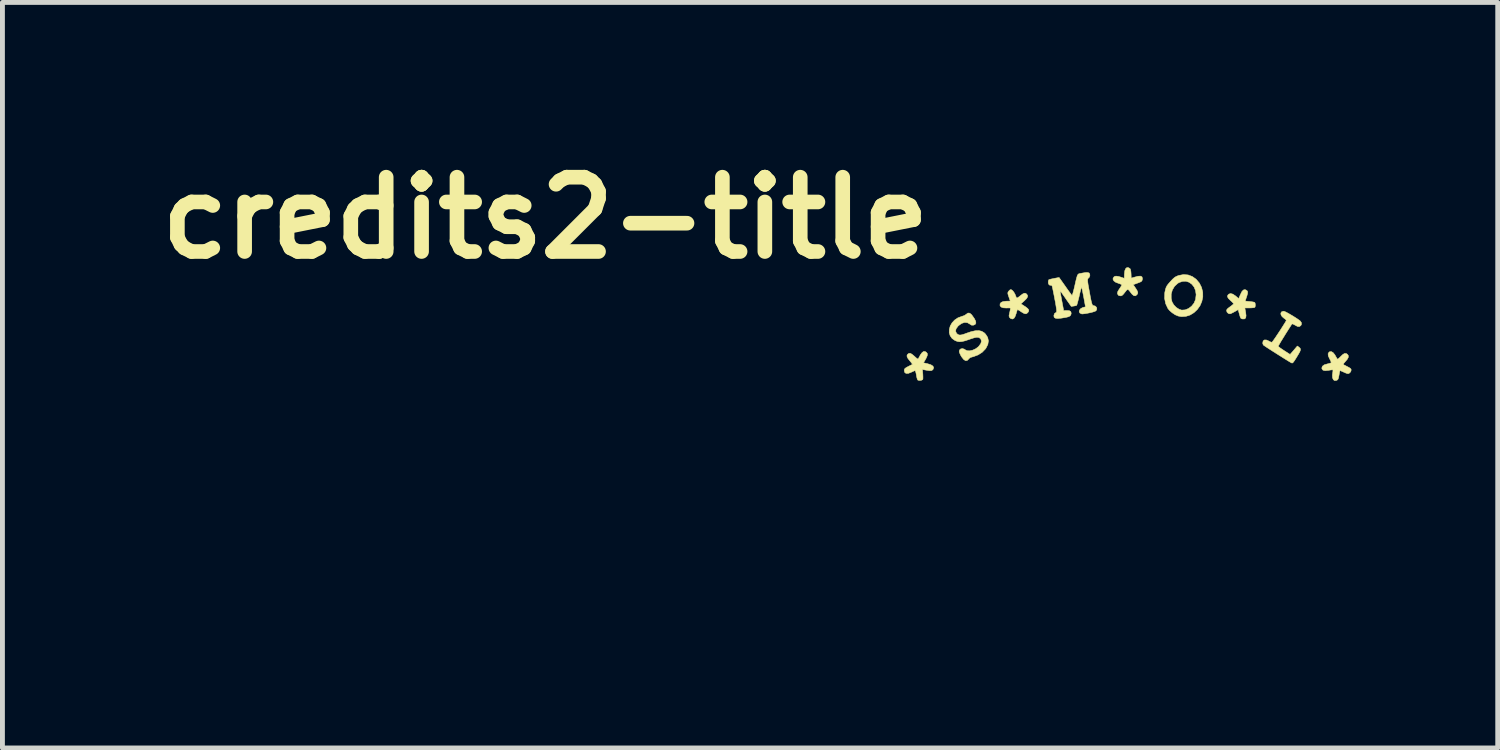
<source format=kicad_pcb>
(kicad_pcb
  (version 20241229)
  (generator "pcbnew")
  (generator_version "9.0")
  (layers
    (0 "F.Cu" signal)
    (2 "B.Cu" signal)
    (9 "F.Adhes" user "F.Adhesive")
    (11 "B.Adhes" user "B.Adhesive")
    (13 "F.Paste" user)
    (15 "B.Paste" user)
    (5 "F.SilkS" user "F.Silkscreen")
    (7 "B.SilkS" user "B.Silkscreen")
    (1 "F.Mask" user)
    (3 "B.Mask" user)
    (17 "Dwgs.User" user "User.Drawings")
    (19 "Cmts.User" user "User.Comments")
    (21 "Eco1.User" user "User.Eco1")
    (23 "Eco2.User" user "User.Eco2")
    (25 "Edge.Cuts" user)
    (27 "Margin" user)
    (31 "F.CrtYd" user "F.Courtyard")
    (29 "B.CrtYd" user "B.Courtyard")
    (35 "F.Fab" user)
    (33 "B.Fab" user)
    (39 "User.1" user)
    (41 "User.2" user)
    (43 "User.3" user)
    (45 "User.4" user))
  (footprint "credits2-title"
    (layer "F.Cu")
    (at 20.073 9.038)
    (property "Reference" "credits2-title" (at -11.938 -7.62 0) (layer "F.SilkS") (effects (font (size 1.524 1.524) (thickness 0.3))))
    (attr through_hole)
    (fp_poly (pts (xy 1.471 -6.284) (xy 1.516 -6.195) (xy 1.541 -6.097) (xy 1.542 -5.999) (xy 1.522 -5.905) (xy 1.484 -5.818) (xy 1.429 -5.741) (xy 1.361 -5.677) (xy 1.283 -5.629) (xy 1.196 -5.601) (xy 1.104 -5.595) (xy 1.034 -5.608) (xy 0.976 -5.633) (xy 0.914 -5.674) (xy 0.859 -5.722) (xy 0.827 -5.761) (xy 0.78 -5.861) (xy 0.758 -5.971) (xy 0.762 -6.086) (xy 0.775 -6.148) (xy 0.788 -6.19) (xy 0.805 -6.225) (xy 0.831 -6.261) (xy 0.869 -6.305) (xy 0.963 -6.218) (xy 0.918 -6.143) (xy 0.894 -6.058) (xy 0.894 -5.969) (xy 0.911 -5.899) (xy 0.946 -5.837) (xy 0.998 -5.783) (xy 1.058 -5.745) (xy 1.109 -5.729) (xy 1.181 -5.734) (xy 1.25 -5.762) (xy 1.312 -5.809) (xy 1.362 -5.872) (xy 1.393 -5.946) (xy 1.395 -5.956) (xy 1.405 -6.047) (xy 1.393 -6.13) (xy 1.364 -6.201) (xy 1.319 -6.258) (xy 1.263 -6.299) (xy 1.199 -6.32) (xy 1.128 -6.319) (xy 1.055 -6.294) (xy 1.027 -6.277) (xy 0.963 -6.218) (xy 0.869 -6.305) (xy 0.871 -6.307) (xy 0.882 -6.319) (xy 0.926 -6.366) (xy 0.96 -6.396) (xy 0.991 -6.416) (xy 1.028 -6.432) (xy 1.048 -6.439) (xy 1.146 -6.458) (xy 1.241 -6.45) (xy 1.328 -6.417) (xy 1.406 -6.361) (xy 1.471 -6.284)) (stroke (width 0.01) (type solid)) (fill yes) (layer "F.SilkS"))
    (fp_poly (pts (xy 0.304 -6.384) (xy 0.302 -6.357) (xy 0.296 -6.335) (xy 0.285 -6.319) (xy 0.261 -6.305) (xy 0.218 -6.288) (xy 0.205 -6.283) (xy 0.115 -6.25) (xy 0.138 -6.217) (xy 0.177 -6.159) (xy 0.2 -6.119) (xy 0.209 -6.089) (xy 0.205 -6.066) (xy 0.193 -6.047) (xy 0.163 -6.022) (xy 0.13 -6.024) (xy 0.093 -6.053) (xy 0.069 -6.083) (xy 0.035 -6.127) (xy 0.013 -6.149) (xy -0.006 -6.15) (xy -0.028 -6.13) (xy -0.056 -6.093) (xy -0.089 -6.052) (xy -0.113 -6.03) (xy -0.134 -6.021) (xy -0.143 -6.021) (xy -0.182 -6.027) (xy -0.203 -6.054) (xy -0.209 -6.073) (xy -0.202 -6.108) (xy -0.173 -6.157) (xy -0.165 -6.168) (xy -0.14 -6.206) (xy -0.123 -6.235) (xy -0.12 -6.247) (xy -0.135 -6.258) (xy -0.167 -6.272) (xy -0.185 -6.277) (xy -0.245 -6.3) (xy -0.284 -6.33) (xy -0.3 -6.363) (xy -0.297 -6.384) (xy -0.275 -6.415) (xy -0.24 -6.426) (xy -0.189 -6.42) (xy -0.148 -6.408) (xy -0.068 -6.381) (xy -0.066 -6.468) (xy -0.058 -6.535) (xy -0.04 -6.58) (xy -0.013 -6.602) (xy 0.021 -6.598) (xy 0.051 -6.578) (xy 0.061 -6.555) (xy 0.068 -6.515) (xy 0.071 -6.473) (xy 0.074 -6.384) (xy 0.14 -6.404) (xy 0.212 -6.423) (xy 0.263 -6.426) (xy 0.293 -6.413) (xy 0.304 -6.384)) (stroke (width 0.01) (type solid)) (fill yes) (layer "F.SilkS"))
    (fp_poly (pts (xy 2.462 -6.103) (xy 2.46 -6.07) (xy 2.446 -6.019) (xy 2.44 -6.001) (xy 2.411 -5.914) (xy 2.505 -5.905) (xy 2.554 -5.899) (xy 2.591 -5.892) (xy 2.608 -5.886) (xy 2.616 -5.865) (xy 2.619 -5.83) (xy 2.615 -5.798) (xy 2.609 -5.786) (xy 2.59 -5.779) (xy 2.551 -5.775) (xy 2.501 -5.773) (xy 2.501 -5.773) (xy 2.404 -5.773) (xy 2.421 -5.682) (xy 2.429 -5.615) (xy 2.422 -5.571) (xy 2.401 -5.549) (xy 2.363 -5.547) (xy 2.36 -5.547) (xy 2.337 -5.552) (xy 2.322 -5.562) (xy 2.31 -5.585) (xy 2.298 -5.625) (xy 2.292 -5.646) (xy 2.267 -5.738) (xy 2.195 -5.697) (xy 2.152 -5.674) (xy 2.115 -5.657) (xy 2.099 -5.652) (xy 2.066 -5.66) (xy 2.039 -5.686) (xy 2.029 -5.72) (xy 2.029 -5.72) (xy 2.035 -5.74) (xy 2.053 -5.761) (xy 2.09 -5.79) (xy 2.101 -5.797) (xy 2.138 -5.825) (xy 2.165 -5.848) (xy 2.174 -5.858) (xy 2.165 -5.872) (xy 2.141 -5.898) (xy 2.111 -5.925) (xy 2.067 -5.968) (xy 2.048 -6.003) (xy 2.053 -6.033) (xy 2.074 -6.056) (xy 2.111 -6.069) (xy 2.157 -6.057) (xy 2.21 -6.022) (xy 2.225 -6.01) (xy 2.255 -5.984) (xy 2.274 -5.97) (xy 2.279 -5.969) (xy 2.286 -5.984) (xy 2.3 -6.017) (xy 2.315 -6.051) (xy 2.344 -6.11) (xy 2.375 -6.142) (xy 2.407 -6.149) (xy 2.428 -6.141) (xy 2.452 -6.124) (xy 2.462 -6.103)) (stroke (width 0.01) (type solid)) (fill yes) (layer "F.SilkS"))
    (fp_poly (pts (xy -4.106 -4.837) (xy -4.106 -4.807) (xy -4.112 -4.787) (xy -4.132 -4.741) (xy -4.157 -4.696) (xy -4.158 -4.695) (xy -4.186 -4.649) (xy -4.103 -4.63) (xy -4.034 -4.608) (xy -3.992 -4.581) (xy -3.977 -4.55) (xy -3.989 -4.514) (xy -4 -4.502) (xy -4.022 -4.489) (xy -4.059 -4.487) (xy -4.114 -4.494) (xy -4.207 -4.511) (xy -4.199 -4.413) (xy -4.197 -4.363) (xy -4.197 -4.324) (xy -4.201 -4.305) (xy -4.201 -4.305) (xy -4.227 -4.291) (xy -4.263 -4.286) (xy -4.295 -4.291) (xy -4.303 -4.295) (xy -4.314 -4.317) (xy -4.325 -4.358) (xy -4.332 -4.4) (xy -4.341 -4.446) (xy -4.351 -4.477) (xy -4.359 -4.488) (xy -4.38 -4.481) (xy -4.415 -4.465) (xy -4.439 -4.454) (xy -4.498 -4.431) (xy -4.542 -4.43) (xy -4.57 -4.45) (xy -4.58 -4.486) (xy -4.578 -4.512) (xy -4.565 -4.533) (xy -4.536 -4.553) (xy -4.487 -4.579) (xy -4.485 -4.58) (xy -4.446 -4.599) (xy -4.42 -4.613) (xy -4.412 -4.617) (xy -4.419 -4.629) (xy -4.439 -4.656) (xy -4.461 -4.683) (xy -4.502 -4.734) (xy -4.522 -4.772) (xy -4.524 -4.8) (xy -4.512 -4.822) (xy -4.486 -4.841) (xy -4.457 -4.843) (xy -4.422 -4.824) (xy -4.375 -4.785) (xy -4.371 -4.781) (xy -4.333 -4.747) (xy -4.31 -4.73) (xy -4.297 -4.728) (xy -4.288 -4.739) (xy -4.288 -4.739) (xy -4.249 -4.812) (xy -4.214 -4.859) (xy -4.182 -4.881) (xy -4.151 -4.879) (xy -4.126 -4.863) (xy -4.106 -4.837)) (stroke (width 0.01) (type solid)) (fill yes) (layer "F.SilkS"))
    (fp_poly (pts (xy -2.051 -6.03) (xy -2.052 -6) (xy -2.075 -5.963) (xy -2.119 -5.919) (xy -2.188 -5.857) (xy -2.155 -5.836) (xy -2.091 -5.795) (xy -2.049 -5.762) (xy -2.029 -5.736) (xy -2.027 -5.711) (xy -2.041 -5.685) (xy -2.052 -5.673) (xy -2.074 -5.656) (xy -2.1 -5.653) (xy -2.135 -5.666) (xy -2.185 -5.696) (xy -2.2 -5.707) (xy -2.233 -5.728) (xy -2.255 -5.739) (xy -2.259 -5.74) (xy -2.265 -5.725) (xy -2.276 -5.691) (xy -2.285 -5.66) (xy -2.306 -5.6) (xy -2.328 -5.564) (xy -2.354 -5.548) (xy -2.365 -5.546) (xy -2.397 -5.556) (xy -2.423 -5.581) (xy -2.432 -5.609) (xy -2.428 -5.636) (xy -2.419 -5.677) (xy -2.414 -5.698) (xy -2.406 -5.738) (xy -2.403 -5.764) (xy -2.404 -5.77) (xy -2.42 -5.773) (xy -2.456 -5.773) (xy -2.489 -5.772) (xy -2.552 -5.776) (xy -2.596 -5.793) (xy -2.617 -5.822) (xy -2.615 -5.858) (xy -2.595 -5.886) (xy -2.555 -5.904) (xy -2.493 -5.912) (xy -2.456 -5.913) (xy -2.406 -5.914) (xy -2.436 -6.001) (xy -2.452 -6.049) (xy -2.457 -6.079) (xy -2.451 -6.101) (xy -2.434 -6.123) (xy -2.433 -6.124) (xy -2.408 -6.147) (xy -2.388 -6.149) (xy -2.363 -6.133) (xy -2.335 -6.101) (xy -2.309 -6.056) (xy -2.305 -6.046) (xy -2.29 -6.008) (xy -2.277 -5.982) (xy -2.274 -5.977) (xy -2.259 -5.981) (xy -2.231 -5.999) (xy -2.203 -6.021) (xy -2.155 -6.058) (xy -2.119 -6.075) (xy -2.09 -6.072) (xy -2.071 -6.058) (xy -2.051 -6.03)) (stroke (width 0.01) (type solid)) (fill yes) (layer "F.SilkS"))
    (fp_poly (pts (xy 4.527 -4.794) (xy 4.525 -4.759) (xy 4.501 -4.716) (xy 4.461 -4.67) (xy 4.434 -4.638) (xy 4.425 -4.619) (xy 4.431 -4.609) (xy 4.436 -4.606) (xy 4.498 -4.574) (xy 4.54 -4.552) (xy 4.565 -4.536) (xy 4.578 -4.523) (xy 4.583 -4.51) (xy 4.585 -4.502) (xy 4.576 -4.467) (xy 4.556 -4.444) (xy 4.536 -4.429) (xy 4.515 -4.426) (xy 4.484 -4.434) (xy 4.443 -4.452) (xy 4.4 -4.471) (xy 4.369 -4.485) (xy 4.357 -4.49) (xy 4.352 -4.477) (xy 4.344 -4.444) (xy 4.336 -4.397) (xy 4.336 -4.397) (xy 4.326 -4.345) (xy 4.316 -4.314) (xy 4.302 -4.297) (xy 4.285 -4.288) (xy 4.247 -4.283) (xy 4.219 -4.301) (xy 4.202 -4.341) (xy 4.199 -4.397) (xy 4.207 -4.452) (xy 4.211 -4.484) (xy 4.209 -4.503) (xy 4.209 -4.503) (xy 4.192 -4.504) (xy 4.156 -4.5) (xy 4.116 -4.493) (xy 4.05 -4.487) (xy 4.007 -4.497) (xy 3.985 -4.525) (xy 3.983 -4.543) (xy 3.995 -4.579) (xy 4.033 -4.607) (xy 4.094 -4.625) (xy 4.136 -4.635) (xy 4.166 -4.645) (xy 4.174 -4.649) (xy 4.172 -4.666) (xy 4.159 -4.699) (xy 4.142 -4.731) (xy 4.115 -4.79) (xy 4.111 -4.834) (xy 4.129 -4.865) (xy 4.141 -4.874) (xy 4.176 -4.879) (xy 4.213 -4.858) (xy 4.25 -4.813) (xy 4.261 -4.793) (xy 4.282 -4.756) (xy 4.298 -4.73) (xy 4.303 -4.723) (xy 4.316 -4.728) (xy 4.342 -4.75) (xy 4.365 -4.773) (xy 4.412 -4.818) (xy 4.449 -4.84) (xy 4.481 -4.84) (xy 4.508 -4.822) (xy 4.527 -4.794)) (stroke (width 0.01) (type solid)) (fill yes) (layer "F.SilkS"))
    (fp_poly (pts (xy 3.566 -5.467) (xy 3.563 -5.429) (xy 3.549 -5.409) (xy 3.521 -5.391) (xy 3.486 -5.393) (xy 3.44 -5.417) (xy 3.431 -5.422) (xy 3.398 -5.44) (xy 3.375 -5.446) (xy 3.37 -5.444) (xy 3.356 -5.424) (xy 3.332 -5.386) (xy 3.299 -5.335) (xy 3.261 -5.275) (xy 3.221 -5.211) (xy 3.182 -5.147) (xy 3.146 -5.089) (xy 3.117 -5.039) (xy 3.097 -5.005) (xy 3.089 -4.989) (xy 3.089 -4.988) (xy 3.1 -4.976) (xy 3.13 -4.952) (xy 3.174 -4.922) (xy 3.21 -4.898) (xy 3.332 -4.82) (xy 3.407 -4.906) (xy 3.481 -4.993) (xy 3.518 -4.965) (xy 3.536 -4.948) (xy 3.545 -4.93) (xy 3.543 -4.905) (xy 3.529 -4.87) (xy 3.501 -4.821) (xy 3.46 -4.753) (xy 3.426 -4.699) (xy 3.403 -4.666) (xy 3.387 -4.649) (xy 3.375 -4.643) (xy 3.364 -4.645) (xy 3.347 -4.654) (xy 3.31 -4.676) (xy 3.258 -4.708) (xy 3.194 -4.748) (xy 3.124 -4.792) (xy 3.051 -4.838) (xy 2.979 -4.884) (xy 2.912 -4.927) (xy 2.856 -4.963) (xy 2.813 -4.992) (xy 2.788 -5.009) (xy 2.785 -5.012) (xy 2.774 -5.034) (xy 2.771 -5.055) (xy 2.779 -5.096) (xy 2.804 -5.117) (xy 2.844 -5.117) (xy 2.893 -5.096) (xy 2.9 -5.092) (xy 2.933 -5.075) (xy 2.959 -5.07) (xy 2.962 -5.071) (xy 2.973 -5.085) (xy 2.997 -5.118) (xy 3.03 -5.165) (xy 3.068 -5.222) (xy 3.11 -5.285) (xy 3.151 -5.348) (xy 3.189 -5.408) (xy 3.221 -5.459) (xy 3.244 -5.497) (xy 3.253 -5.514) (xy 3.247 -5.531) (xy 3.217 -5.556) (xy 3.207 -5.562) (xy 3.167 -5.597) (xy 3.145 -5.634) (xy 3.142 -5.668) (xy 3.158 -5.694) (xy 3.193 -5.705) (xy 3.203 -5.706) (xy 3.226 -5.698) (xy 3.267 -5.678) (xy 3.319 -5.649) (xy 3.377 -5.615) (xy 3.435 -5.579) (xy 3.487 -5.545) (xy 3.527 -5.516) (xy 3.543 -5.503) (xy 3.566 -5.467)) (stroke (width 0.01) (type solid)) (fill yes) (layer "F.SilkS"))
    (fp_poly (pts (xy -3.194 -5.628) (xy -3.144 -5.558) (xy -3.116 -5.502) (xy -3.111 -5.462) (xy -3.128 -5.434) (xy -3.16 -5.42) (xy -3.2 -5.42) (xy -3.233 -5.441) (xy -3.285 -5.471) (xy -3.343 -5.476) (xy -3.404 -5.456) (xy -3.465 -5.412) (xy -3.481 -5.396) (xy -3.518 -5.344) (xy -3.527 -5.297) (xy -3.509 -5.255) (xy -3.498 -5.244) (xy -3.472 -5.225) (xy -3.441 -5.217) (xy -3.402 -5.222) (xy -3.345 -5.239) (xy -3.318 -5.25) (xy -3.211 -5.286) (xy -3.123 -5.306) (xy -3.051 -5.309) (xy -2.992 -5.295) (xy -2.942 -5.265) (xy -2.913 -5.237) (xy -2.87 -5.17) (xy -2.854 -5.099) (xy -2.866 -5.024) (xy -2.905 -4.947) (xy -2.917 -4.931) (xy -2.983 -4.863) (xy -3.067 -4.81) (xy -3.158 -4.776) (xy -3.169 -4.773) (xy -3.222 -4.758) (xy -3.253 -4.735) (xy -3.258 -4.727) (xy -3.289 -4.696) (xy -3.323 -4.692) (xy -3.361 -4.716) (xy -3.402 -4.768) (xy -3.418 -4.794) (xy -3.438 -4.834) (xy -3.451 -4.868) (xy -3.453 -4.876) (xy -3.447 -4.911) (xy -3.422 -4.933) (xy -3.386 -4.94) (xy -3.348 -4.928) (xy -3.33 -4.915) (xy -3.29 -4.896) (xy -3.236 -4.894) (xy -3.176 -4.908) (xy -3.115 -4.936) (xy -3.062 -4.976) (xy -3.051 -4.988) (xy -3.011 -5.042) (xy -2.997 -5.091) (xy -3.008 -5.131) (xy -3.013 -5.137) (xy -3.036 -5.159) (xy -3.063 -5.17) (xy -3.1 -5.171) (xy -3.15 -5.16) (xy -3.219 -5.138) (xy -3.248 -5.128) (xy -3.331 -5.1) (xy -3.394 -5.085) (xy -3.445 -5.08) (xy -3.489 -5.086) (xy -3.532 -5.102) (xy -3.539 -5.105) (xy -3.6 -5.148) (xy -3.639 -5.204) (xy -3.658 -5.267) (xy -3.656 -5.335) (xy -3.637 -5.404) (xy -3.6 -5.468) (xy -3.547 -5.525) (xy -3.479 -5.571) (xy -3.397 -5.601) (xy -3.397 -5.601) (xy -3.352 -5.616) (xy -3.316 -5.638) (xy -3.309 -5.644) (xy -3.273 -5.669) (xy -3.237 -5.666) (xy -3.199 -5.635) (xy -3.194 -5.628)) (stroke (width 0.01) (type solid)) (fill yes) (layer "F.SilkS"))
    (fp_poly (pts (xy -0.777 -6.468) (xy -0.773 -6.442) (xy -0.785 -6.404) (xy -0.802 -6.387) (xy -0.812 -6.377) (xy -0.818 -6.363) (xy -0.82 -6.34) (xy -0.817 -6.304) (xy -0.81 -6.252) (xy -0.797 -6.18) (xy -0.781 -6.094) (xy -0.764 -6) (xy -0.75 -5.93) (xy -0.738 -5.881) (xy -0.728 -5.849) (xy -0.719 -5.831) (xy -0.709 -5.824) (xy -0.701 -5.822) (xy -0.662 -5.811) (xy -0.637 -5.784) (xy -0.631 -5.75) (xy -0.647 -5.716) (xy -0.669 -5.704) (xy -0.711 -5.69) (xy -0.766 -5.676) (xy -0.825 -5.664) (xy -0.88 -5.655) (xy -0.924 -5.65) (xy -0.943 -5.651) (xy -0.978 -5.668) (xy -0.993 -5.695) (xy -0.988 -5.727) (xy -0.964 -5.758) (xy -0.924 -5.78) (xy -0.916 -5.783) (xy -0.864 -5.796) (xy -0.901 -5.999) (xy -0.915 -6.07) (xy -0.927 -6.13) (xy -0.936 -6.175) (xy -0.943 -6.198) (xy -0.944 -6.201) (xy -0.949 -6.188) (xy -0.959 -6.152) (xy -0.973 -6.1) (xy -0.989 -6.034) (xy -0.992 -6.019) (xy -1.009 -5.95) (xy -1.024 -5.893) (xy -1.036 -5.85) (xy -1.043 -5.829) (xy -1.044 -5.828) (xy -1.063 -5.82) (xy -1.097 -5.813) (xy -1.104 -5.812) (xy -1.156 -5.805) (xy -1.259 -5.951) (xy -1.298 -6.008) (xy -1.333 -6.057) (xy -1.358 -6.094) (xy -1.37 -6.113) (xy -1.371 -6.113) (xy -1.378 -6.125) (xy -1.382 -6.122) (xy -1.381 -6.102) (xy -1.375 -6.064) (xy -1.364 -6.003) (xy -1.349 -5.921) (xy -1.311 -5.719) (xy -1.249 -5.721) (xy -1.196 -5.717) (xy -1.166 -5.7) (xy -1.157 -5.668) (xy -1.159 -5.65) (xy -1.167 -5.625) (xy -1.184 -5.607) (xy -1.214 -5.592) (xy -1.263 -5.58) (xy -1.334 -5.568) (xy -1.359 -5.564) (xy -1.431 -5.557) (xy -1.478 -5.562) (xy -1.505 -5.579) (xy -1.512 -5.61) (xy -1.51 -5.624) (xy -1.499 -5.659) (xy -1.475 -5.676) (xy -1.473 -5.676) (xy -1.464 -5.682) (xy -1.458 -5.694) (xy -1.456 -5.716) (xy -1.459 -5.752) (xy -1.467 -5.805) (xy -1.479 -5.878) (xy -1.494 -5.956) (xy -1.51 -6.04) (xy -1.525 -6.114) (xy -1.537 -6.174) (xy -1.547 -6.215) (xy -1.553 -6.233) (xy -1.553 -6.234) (xy -1.573 -6.238) (xy -1.578 -6.237) (xy -1.604 -6.243) (xy -1.623 -6.267) (xy -1.628 -6.303) (xy -1.628 -6.307) (xy -1.622 -6.338) (xy -1.616 -6.352) (xy -1.6 -6.358) (xy -1.564 -6.367) (xy -1.515 -6.377) (xy -1.507 -6.379) (xy -1.405 -6.398) (xy -1.277 -6.217) (xy -1.233 -6.154) (xy -1.194 -6.1) (xy -1.164 -6.059) (xy -1.145 -6.035) (xy -1.14 -6.03) (xy -1.134 -6.041) (xy -1.122 -6.075) (xy -1.108 -6.127) (xy -1.092 -6.191) (xy -1.088 -6.208) (xy -1.068 -6.299) (xy -1.052 -6.366) (xy -1.039 -6.413) (xy -1.028 -6.445) (xy -1.015 -6.464) (xy -0.998 -6.475) (xy -0.977 -6.48) (xy -0.947 -6.485) (xy -0.932 -6.488) (xy -0.864 -6.499) (xy -0.818 -6.5) (xy -0.79 -6.49) (xy -0.777 -6.468)) (stroke (width 0.01) (type solid)) (fill yes) (layer "F.SilkS")))
  (gr_rect
    (start -3 -3)
    (end 27.663 12.288)
    (stroke (width 0.1) (type default))
    (fill no)
    (layer "Edge.Cuts")))
</source>
